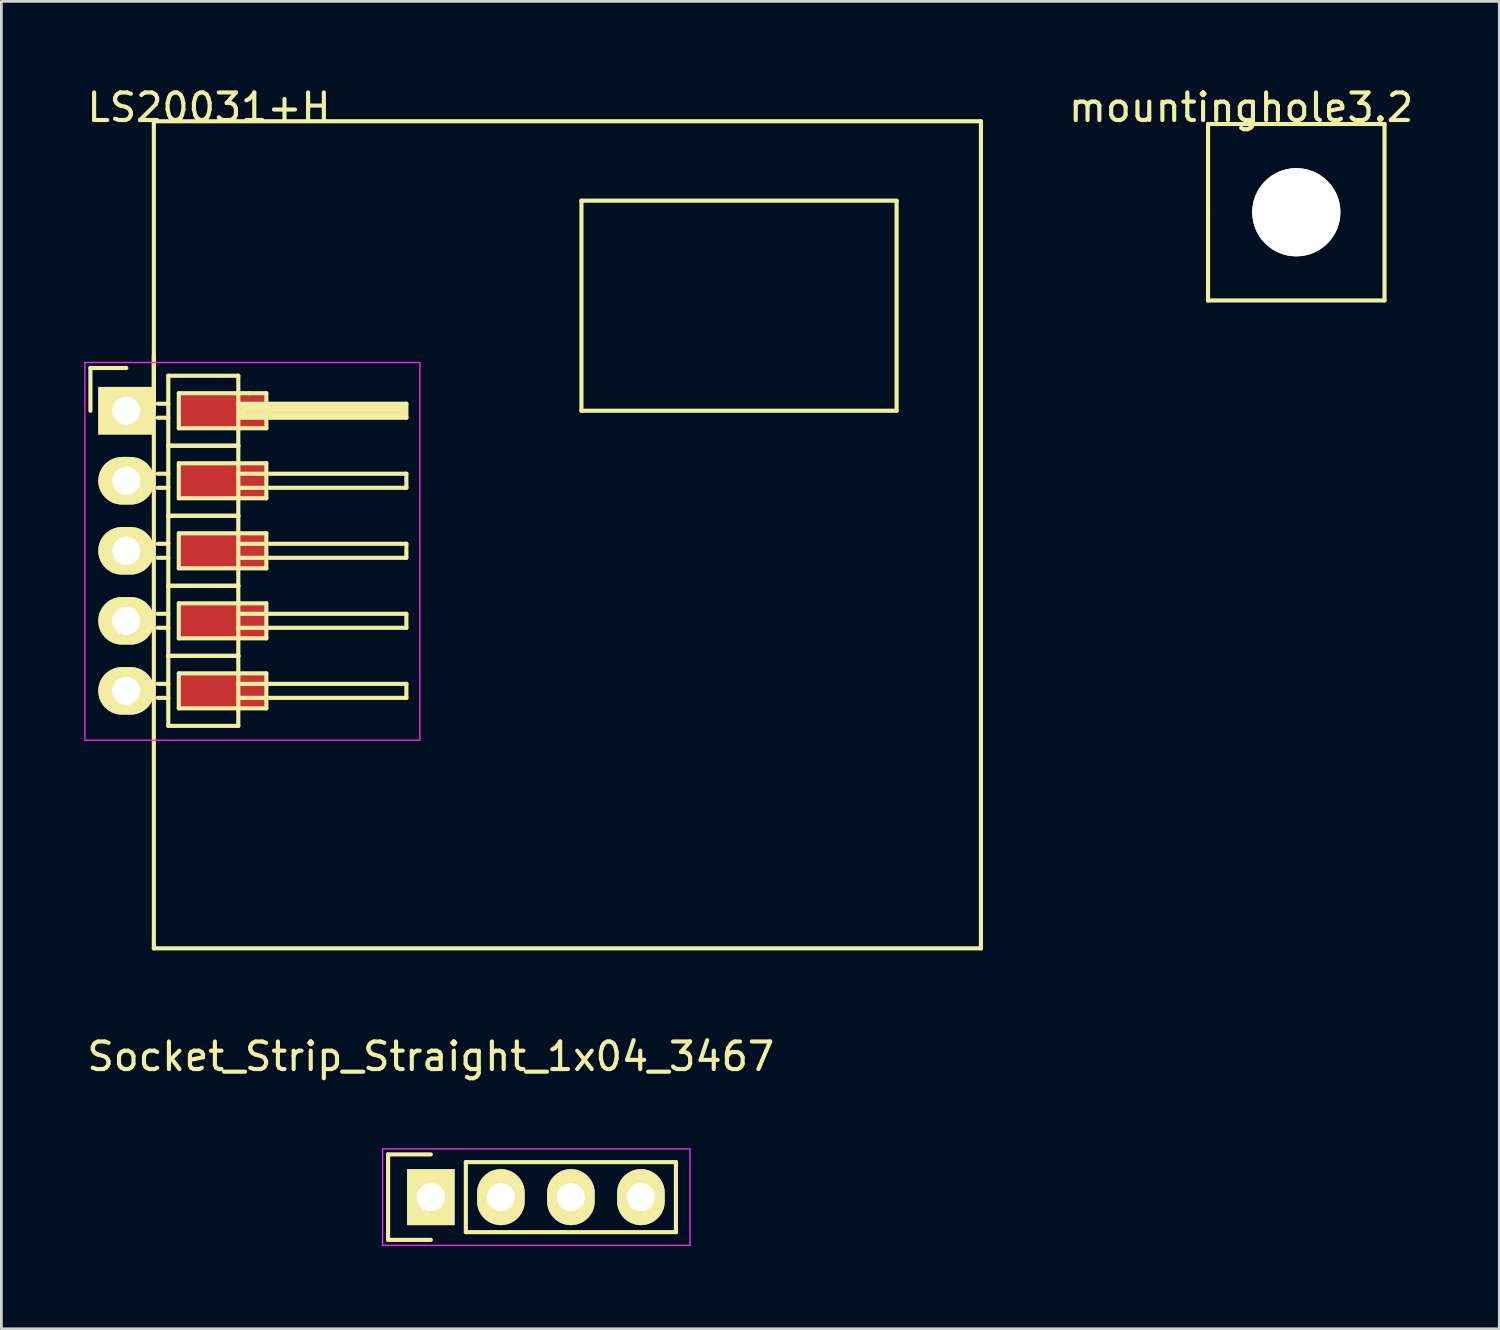
<source format=kicad_pcb>
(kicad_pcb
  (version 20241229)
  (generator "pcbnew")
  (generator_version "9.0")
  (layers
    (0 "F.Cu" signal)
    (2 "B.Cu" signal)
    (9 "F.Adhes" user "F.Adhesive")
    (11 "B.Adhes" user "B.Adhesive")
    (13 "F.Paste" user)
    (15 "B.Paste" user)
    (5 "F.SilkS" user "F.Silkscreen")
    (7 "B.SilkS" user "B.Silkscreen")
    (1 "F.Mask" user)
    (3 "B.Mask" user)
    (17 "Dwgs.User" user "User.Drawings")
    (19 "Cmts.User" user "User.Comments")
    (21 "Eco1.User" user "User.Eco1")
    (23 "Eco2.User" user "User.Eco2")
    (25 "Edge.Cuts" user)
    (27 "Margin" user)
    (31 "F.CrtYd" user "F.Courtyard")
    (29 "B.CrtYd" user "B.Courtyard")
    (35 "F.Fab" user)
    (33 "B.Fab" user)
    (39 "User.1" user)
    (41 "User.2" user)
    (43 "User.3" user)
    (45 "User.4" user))
  (footprint "Socket_Strip_Straight_1x04_3467"
    (layer "F.Cu")
    (at 12.577 40.371)
    (property "Reference" "Socket_Strip_Straight_1x04_3467" (at 0 -5.1 0) (layer "F.SilkS") (effects (font (size 1 1) (thickness 0.15))))
    (attr through_hole)
    (fp_line (start -1.55 -1.55) (end -1.55 1.55) (stroke (width 0.15) (type solid)) (layer "F.SilkS"))
    (fp_line (start -1.55 1.55) (end 0 1.55) (stroke (width 0.15) (type solid)) (layer "F.SilkS"))
    (fp_line (start 0 -1.55) (end -1.55 -1.55) (stroke (width 0.15) (type solid)) (layer "F.SilkS"))
    (fp_line (start 1.27 -1.27) (end 8.89 -1.27) (stroke (width 0.15) (type solid)) (layer "F.SilkS"))
    (fp_line (start 1.27 1.27) (end 1.27 -1.27) (stroke (width 0.15) (type solid)) (layer "F.SilkS"))
    (fp_line (start 1.27 1.27) (end 8.89 1.27) (stroke (width 0.15) (type solid)) (layer "F.SilkS"))
    (fp_line (start 8.89 -1.27) (end 8.89 1.27) (stroke (width 0.15) (type solid)) (layer "F.SilkS"))
    (fp_line (start -1.75 -1.75) (end -1.75 1.75) (stroke (width 0.05) (type solid)) (layer "F.CrtYd"))
    (fp_line (start -1.75 -1.75) (end 9.4 -1.75) (stroke (width 0.05) (type solid)) (layer "F.CrtYd"))
    (fp_line (start -1.75 1.75) (end 9.4 1.75) (stroke (width 0.05) (type solid)) (layer "F.CrtYd"))
    (fp_line (start 9.4 -1.75) (end 9.4 1.75) (stroke (width 0.05) (type solid)) (layer "F.CrtYd"))
    (pad "3" thru_hole rect (at 0 0) (size 1.727 2.032) (drill 1.016) (layers "*.Cu" "*.Mask" "F.SilkS"))
    (pad "4" thru_hole oval (at 2.54 0) (size 1.727 2.032) (drill 1.016) (layers "*.Cu" "*.Mask" "F.SilkS"))
    (pad "6" thru_hole oval (at 5.08 0) (size 1.727 2.032) (drill 1.016) (layers "*.Cu" "*.Mask" "F.SilkS"))
    (pad "7" thru_hole oval (at 7.62 0) (size 1.727 2.032) (drill 1.016) (layers "*.Cu" "*.Mask" "F.SilkS")))
  (footprint "mountinghole3.2"
    (layer "F.Cu")
    (at 43.968 4.648)
    (property "Reference" "mountinghole3.2" (at -2 -3.8 0) (layer "F.SilkS") (effects (font (size 1 1) (thickness 0.15))))
    (attr through_hole)
    (fp_line (start -3.2 -3.2) (end 3.2 -3.2) (stroke (width 0.15) (type solid)) (layer "F.SilkS"))
    (fp_line (start -3.2 0) (end -3.2 -3.2) (stroke (width 0.15) (type solid)) (layer "F.SilkS"))
    (fp_line (start -3.2 3.2) (end -3.2 0) (stroke (width 0.15) (type solid)) (layer "F.SilkS"))
    (fp_line (start 3.2 -3.2) (end 3.2 3.2) (stroke (width 0.15) (type solid)) (layer "F.SilkS"))
    (fp_line (start 3.2 3.2) (end -3.2 3.2) (stroke (width 0.15) (type solid)) (layer "F.SilkS"))
    (pad "" np_thru_hole circle (at 0 0) (size 3.2 3.2) (drill 3.2) (layers "*.Cu" "*.Mask" "F.SilkS")))
  (footprint "LS20031+H"
    (layer "F.Cu")
    (at 1.53 11.848)
    (property "Reference" "LS20031+H" (at 3 -11 0) (layer "F.SilkS") (effects (font (size 1 1) (thickness 0.15))))
    (attr through_hole)
    (fp_line (start -1.3 -1.55) (end -1.3 0) (stroke (width 0.15) (type solid)) (layer "F.SilkS"))
    (fp_line (start 0 -1.55) (end -1.3 -1.55) (stroke (width 0.15) (type solid)) (layer "F.SilkS"))
    (fp_line (start 1 -10.5) (end 31 -10.5) (stroke (width 0.15) (type solid)) (layer "F.SilkS"))
    (fp_line (start 1 0) (end 1 -10.5) (stroke (width 0.15) (type solid)) (layer "F.SilkS"))
    (fp_line (start 1 19.5) (end 1 -2) (stroke (width 0.15) (type solid)) (layer "F.SilkS"))
    (fp_line (start 1.524 -1.27) (end 1.524 1.27) (stroke (width 0.15) (type solid)) (layer "F.SilkS"))
    (fp_line (start 1.524 -1.27) (end 4.064 -1.27) (stroke (width 0.15) (type solid)) (layer "F.SilkS"))
    (fp_line (start 1.524 -0.254) (end 1.143 -0.254) (stroke (width 0.15) (type solid)) (layer "F.SilkS"))
    (fp_line (start 1.524 0.254) (end 1.143 0.254) (stroke (width 0.15) (type solid)) (layer "F.SilkS"))
    (fp_line (start 1.524 1.27) (end 1.524 3.81) (stroke (width 0.15) (type solid)) (layer "F.SilkS"))
    (fp_line (start 1.524 1.27) (end 4.064 1.27) (stroke (width 0.15) (type solid)) (layer "F.SilkS"))
    (fp_line (start 1.524 1.27) (end 4.064 1.27) (stroke (width 0.15) (type solid)) (layer "F.SilkS"))
    (fp_line (start 1.524 2.286) (end 1.143 2.286) (stroke (width 0.15) (type solid)) (layer "F.SilkS"))
    (fp_line (start 1.524 2.794) (end 1.143 2.794) (stroke (width 0.15) (type solid)) (layer "F.SilkS"))
    (fp_line (start 1.524 3.81) (end 1.524 6.35) (stroke (width 0.15) (type solid)) (layer "F.SilkS"))
    (fp_line (start 1.524 3.81) (end 4.064 3.81) (stroke (width 0.15) (type solid)) (layer "F.SilkS"))
    (fp_line (start 1.524 3.81) (end 4.064 3.81) (stroke (width 0.15) (type solid)) (layer "F.SilkS"))
    (fp_line (start 1.524 4.826) (end 1.143 4.826) (stroke (width 0.15) (type solid)) (layer "F.SilkS"))
    (fp_line (start 1.524 5.334) (end 1.143 5.334) (stroke (width 0.15) (type solid)) (layer "F.SilkS"))
    (fp_line (start 1.524 6.35) (end 1.524 8.89) (stroke (width 0.15) (type solid)) (layer "F.SilkS"))
    (fp_line (start 1.524 6.35) (end 4.064 6.35) (stroke (width 0.15) (type solid)) (layer "F.SilkS"))
    (fp_line (start 1.524 6.35) (end 4.064 6.35) (stroke (width 0.15) (type solid)) (layer "F.SilkS"))
    (fp_line (start 1.524 7.366) (end 1.143 7.366) (stroke (width 0.15) (type solid)) (layer "F.SilkS"))
    (fp_line (start 1.524 7.874) (end 1.143 7.874) (stroke (width 0.15) (type solid)) (layer "F.SilkS"))
    (fp_line (start 1.524 8.89) (end 1.524 11.43) (stroke (width 0.15) (type solid)) (layer "F.SilkS"))
    (fp_line (start 1.524 8.89) (end 4.064 8.89) (stroke (width 0.15) (type solid)) (layer "F.SilkS"))
    (fp_line (start 1.524 8.89) (end 4.064 8.89) (stroke (width 0.15) (type solid)) (layer "F.SilkS"))
    (fp_line (start 1.524 9.906) (end 1.143 9.906) (stroke (width 0.15) (type solid)) (layer "F.SilkS"))
    (fp_line (start 1.524 10.414) (end 1.143 10.414) (stroke (width 0.15) (type solid)) (layer "F.SilkS"))
    (fp_line (start 1.524 11.43) (end 4.064 11.43) (stroke (width 0.15) (type solid)) (layer "F.SilkS"))
    (fp_line (start 1.905 -0.635) (end 4.445 -0.635) (stroke (width 0.15) (type solid)) (layer "F.SilkS"))
    (fp_line (start 1.905 0.635) (end 1.905 -0.635) (stroke (width 0.15) (type solid)) (layer "F.SilkS"))
    (fp_line (start 1.905 1.905) (end 5.08 1.905) (stroke (width 0.15) (type solid)) (layer "F.SilkS"))
    (fp_line (start 1.905 3.175) (end 1.905 1.905) (stroke (width 0.15) (type solid)) (layer "F.SilkS"))
    (fp_line (start 1.905 4.445) (end 5.08 4.445) (stroke (width 0.15) (type solid)) (layer "F.SilkS"))
    (fp_line (start 1.905 5.715) (end 1.905 4.445) (stroke (width 0.15) (type solid)) (layer "F.SilkS"))
    (fp_line (start 1.905 6.985) (end 5.08 6.985) (stroke (width 0.15) (type solid)) (layer "F.SilkS"))
    (fp_line (start 1.905 8.255) (end 1.905 6.985) (stroke (width 0.15) (type solid)) (layer "F.SilkS"))
    (fp_line (start 1.905 9.525) (end 1.905 10.795) (stroke (width 0.15) (type solid)) (layer "F.SilkS"))
    (fp_line (start 1.905 10.795) (end 5.08 10.795) (stroke (width 0.15) (type solid)) (layer "F.SilkS"))
    (fp_line (start 4.064 -0.254) (end 10.16 -0.254) (stroke (width 0.15) (type solid)) (layer "F.SilkS"))
    (fp_line (start 4.064 1.27) (end 4.064 -1.27) (stroke (width 0.15) (type solid)) (layer "F.SilkS"))
    (fp_line (start 4.064 2.286) (end 10.16 2.286) (stroke (width 0.15) (type solid)) (layer "F.SilkS"))
    (fp_line (start 4.064 3.81) (end 4.064 1.27) (stroke (width 0.15) (type solid)) (layer "F.SilkS"))
    (fp_line (start 4.064 4.826) (end 10.16 4.826) (stroke (width 0.15) (type solid)) (layer "F.SilkS"))
    (fp_line (start 4.064 6.35) (end 4.064 3.81) (stroke (width 0.15) (type solid)) (layer "F.SilkS"))
    (fp_line (start 4.064 7.366) (end 10.16 7.366) (stroke (width 0.15) (type solid)) (layer "F.SilkS"))
    (fp_line (start 4.064 8.89) (end 4.064 6.35) (stroke (width 0.15) (type solid)) (layer "F.SilkS"))
    (fp_line (start 4.064 9.906) (end 10.16 9.906) (stroke (width 0.15) (type solid)) (layer "F.SilkS"))
    (fp_line (start 4.064 11.43) (end 4.064 8.89) (stroke (width 0.15) (type solid)) (layer "F.SilkS"))
    (fp_line (start 4.191 -0.127) (end 10.033 -0.127) (stroke (width 0.15) (type solid)) (layer "F.SilkS"))
    (fp_line (start 4.191 0) (end 10.033 0) (stroke (width 0.15) (type solid)) (layer "F.SilkS"))
    (fp_line (start 4.191 0.127) (end 4.191 0) (stroke (width 0.15) (type solid)) (layer "F.SilkS"))
    (fp_line (start 4.445 -0.635) (end 5.08 -0.635) (stroke (width 0.15) (type solid)) (layer "F.SilkS"))
    (fp_line (start 5.08 -0.635) (end 5.08 0.635) (stroke (width 0.15) (type solid)) (layer "F.SilkS"))
    (fp_line (start 5.08 0.635) (end 1.905 0.635) (stroke (width 0.15) (type solid)) (layer "F.SilkS"))
    (fp_line (start 5.08 1.905) (end 5.08 3.175) (stroke (width 0.15) (type solid)) (layer "F.SilkS"))
    (fp_line (start 5.08 3.175) (end 1.905 3.175) (stroke (width 0.15) (type solid)) (layer "F.SilkS"))
    (fp_line (start 5.08 4.445) (end 5.08 5.715) (stroke (width 0.15) (type solid)) (layer "F.SilkS"))
    (fp_line (start 5.08 5.715) (end 1.905 5.715) (stroke (width 0.15) (type solid)) (layer "F.SilkS"))
    (fp_line (start 5.08 6.985) (end 5.08 8.255) (stroke (width 0.15) (type solid)) (layer "F.SilkS"))
    (fp_line (start 5.08 8.255) (end 1.905 8.255) (stroke (width 0.15) (type solid)) (layer "F.SilkS"))
    (fp_line (start 5.08 9.525) (end 1.905 9.525) (stroke (width 0.15) (type solid)) (layer "F.SilkS"))
    (fp_line (start 5.08 10.795) (end 5.08 9.525) (stroke (width 0.15) (type solid)) (layer "F.SilkS"))
    (fp_line (start 10.033 -0.127) (end 10.033 0.127) (stroke (width 0.15) (type solid)) (layer "F.SilkS"))
    (fp_line (start 10.033 0.127) (end 4.191 0.127) (stroke (width 0.15) (type solid)) (layer "F.SilkS"))
    (fp_line (start 10.16 -0.254) (end 10.16 0.254) (stroke (width 0.15) (type solid)) (layer "F.SilkS"))
    (fp_line (start 10.16 0.254) (end 4.064 0.254) (stroke (width 0.15) (type solid)) (layer "F.SilkS"))
    (fp_line (start 10.16 2.286) (end 10.16 2.794) (stroke (width 0.15) (type solid)) (layer "F.SilkS"))
    (fp_line (start 10.16 2.794) (end 4.064 2.794) (stroke (width 0.15) (type solid)) (layer "F.SilkS"))
    (fp_line (start 10.16 4.826) (end 10.16 5.334) (stroke (width 0.15) (type solid)) (layer "F.SilkS"))
    (fp_line (start 10.16 5.334) (end 4.064 5.334) (stroke (width 0.15) (type solid)) (layer "F.SilkS"))
    (fp_line (start 10.16 7.366) (end 10.16 7.874) (stroke (width 0.15) (type solid)) (layer "F.SilkS"))
    (fp_line (start 10.16 7.874) (end 4.064 7.874) (stroke (width 0.15) (type solid)) (layer "F.SilkS"))
    (fp_line (start 10.16 9.906) (end 10.16 10.414) (stroke (width 0.15) (type solid)) (layer "F.SilkS"))
    (fp_line (start 10.16 10.414) (end 4.064 10.414) (stroke (width 0.15) (type solid)) (layer "F.SilkS"))
    (fp_line (start 16.51 -7.62) (end 27.94 -7.62) (stroke (width 0.15) (type solid)) (layer "F.SilkS"))
    (fp_line (start 16.51 0) (end 16.51 -7.62) (stroke (width 0.15) (type solid)) (layer "F.SilkS"))
    (fp_line (start 27.94 -7.62) (end 27.94 0) (stroke (width 0.15) (type solid)) (layer "F.SilkS"))
    (fp_line (start 27.94 0) (end 16.51 0) (stroke (width 0.15) (type solid)) (layer "F.SilkS"))
    (fp_line (start 31 -10.5) (end 31 19.5) (stroke (width 0.15) (type solid)) (layer "F.SilkS"))
    (fp_line (start 31 19.5) (end 1 19.5) (stroke (width 0.15) (type solid)) (layer "F.SilkS"))
    (fp_line (start -1.5 -1.75) (end -1.5 11.95) (stroke (width 0.05) (type solid)) (layer "F.CrtYd"))
    (fp_line (start -1.5 -1.75) (end 10.65 -1.75) (stroke (width 0.05) (type solid)) (layer "F.CrtYd"))
    (fp_line (start -1.5 11.95) (end 10.65 11.95) (stroke (width 0.05) (type solid)) (layer "F.CrtYd"))
    (fp_line (start 10.65 -1.75) (end 10.65 11.95) (stroke (width 0.05) (type solid)) (layer "F.CrtYd"))
    (pad "1" thru_hole oval (at 0 10.16) (size 2.032 1.727) (drill 1.016) (layers "*.Cu" "*.Mask" "F.SilkS"))
    (pad "1" smd rect (at 3.49 10.16) (size 3.05 1.27) (layers "F.Cu" "F.Mask" "F.Paste"))
    (pad "2" thru_hole oval (at 0 7.62) (size 2.032 1.727) (drill 1.016) (layers "*.Cu" "*.Mask" "F.SilkS"))
    (pad "2" smd rect (at 3.49 7.62) (size 3.05 1.27) (layers "F.Cu" "F.Mask" "F.Paste"))
    (pad "3" thru_hole oval (at 0 5.08) (size 2.032 1.727) (drill 1.016) (layers "*.Cu" "*.Mask" "F.SilkS"))
    (pad "3" smd rect (at 3.49 5.08) (size 3.05 1.27) (layers "F.Cu" "F.Mask" "F.Paste"))
    (pad "4" thru_hole oval (at 0 2.54) (size 2.032 1.727) (drill 1.016) (layers "*.Cu" "*.Mask" "F.SilkS"))
    (pad "4" smd rect (at 3.49 2.54) (size 3.05 1.27) (layers "F.Cu" "F.Mask" "F.Paste"))
    (pad "5" thru_hole rect (at 0 0) (size 2.032 1.727) (drill 1.016) (layers "*.Cu" "*.Mask" "F.SilkS"))
    (pad "5" smd rect (at 3.49 0) (size 3.05 1.27) (layers "F.Cu" "F.Mask" "F.Paste")))
  (gr_rect
    (start -3 -3)
    (end 51.331 45.147)
    (stroke (width 0.1) (type default))
    (fill no)
    (layer "Edge.Cuts")))
</source>
